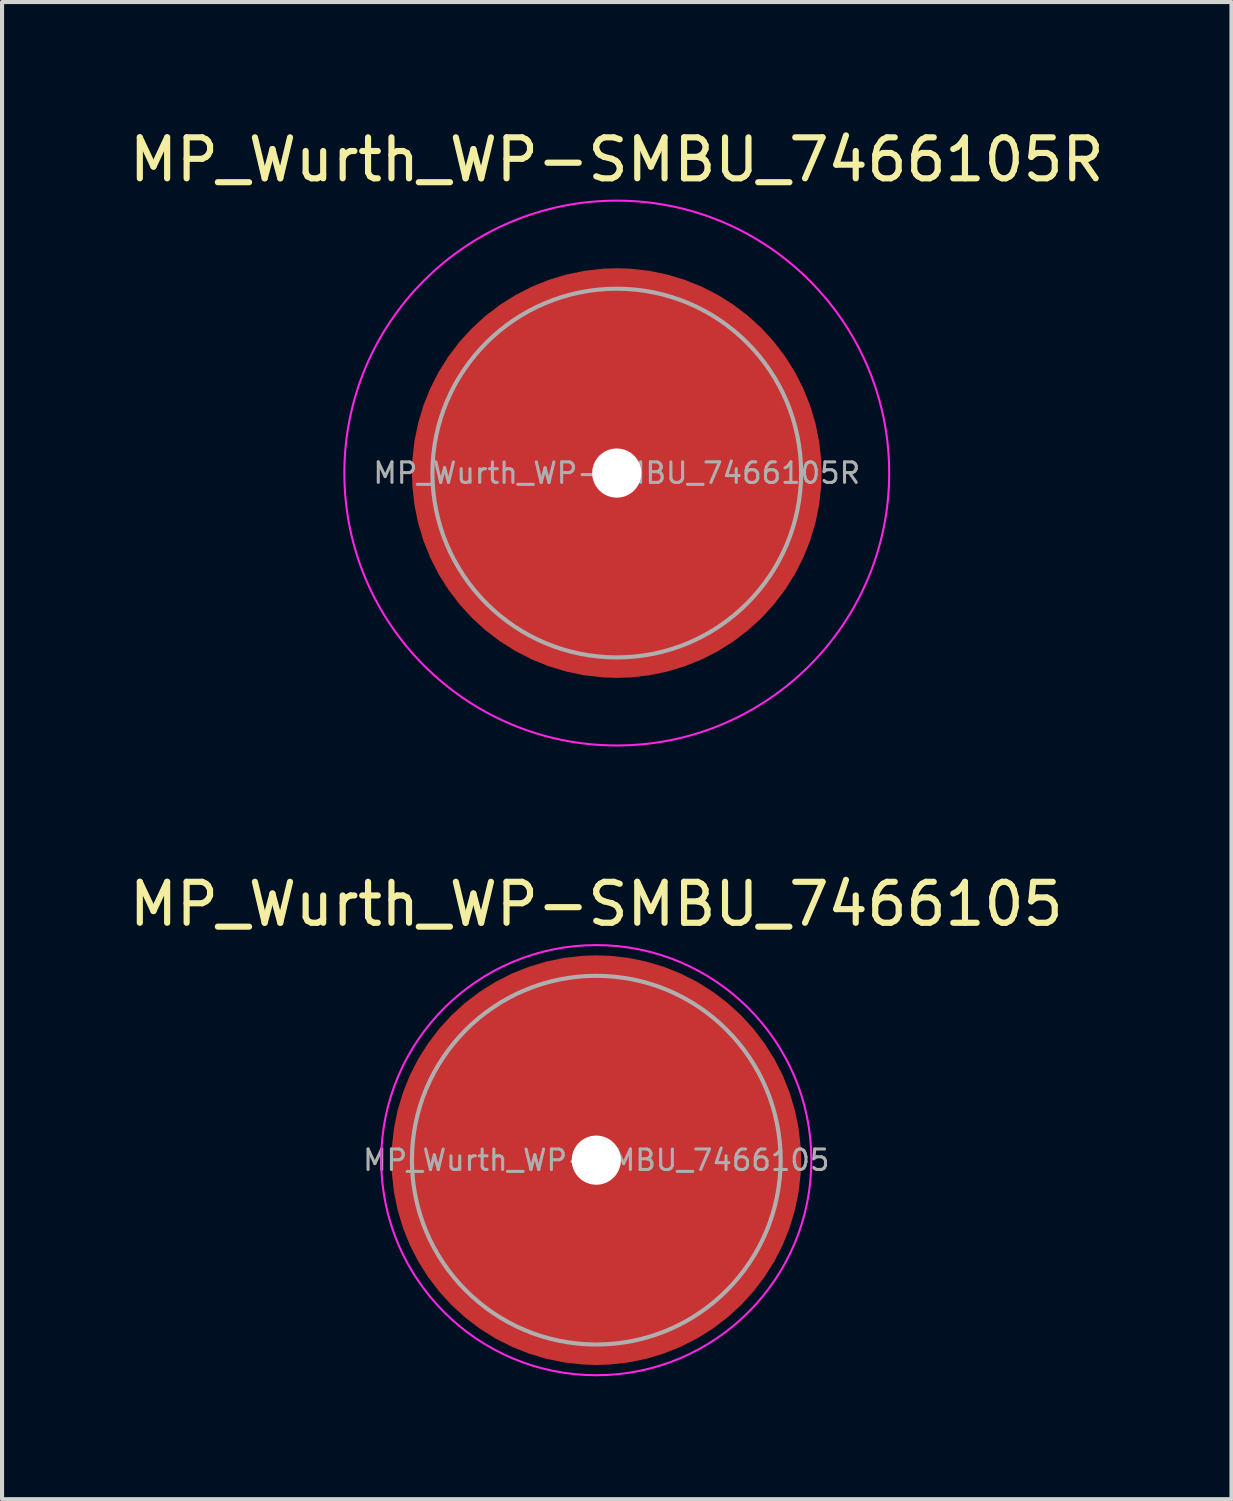
<source format=kicad_pcb>
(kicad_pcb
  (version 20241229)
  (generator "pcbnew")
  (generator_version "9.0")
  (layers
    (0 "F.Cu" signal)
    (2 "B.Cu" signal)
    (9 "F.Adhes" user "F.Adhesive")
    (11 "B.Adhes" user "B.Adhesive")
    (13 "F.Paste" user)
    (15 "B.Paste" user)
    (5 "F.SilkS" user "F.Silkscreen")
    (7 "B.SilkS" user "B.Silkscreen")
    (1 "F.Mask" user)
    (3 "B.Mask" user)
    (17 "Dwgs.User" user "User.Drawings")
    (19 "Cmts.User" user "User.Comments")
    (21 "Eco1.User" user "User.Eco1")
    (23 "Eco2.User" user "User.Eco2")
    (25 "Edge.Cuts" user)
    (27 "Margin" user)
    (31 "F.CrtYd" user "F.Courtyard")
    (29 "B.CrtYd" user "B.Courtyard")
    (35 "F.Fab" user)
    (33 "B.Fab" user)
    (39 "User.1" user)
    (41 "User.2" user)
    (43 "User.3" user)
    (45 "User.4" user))
  (footprint "MP_Wurth_WP-SMBU_7466105R"
    (layer "F.Cu")
    (at 12.006 8.498)
    (property "Reference" "MP_Wurth_WP-SMBU_7466105R" (at 0 -7.65 0) (unlocked yes) (layer "F.SilkS") (effects (font (size 1 1) (thickness 0.15))))
    (attr smd)
    (fp_poly (pts (xy -0.745 4.845) (xy -0.782 4.842) (xy -0.784 4.843) (xy -0.812 4.838) (xy -0.85 4.831) (xy -0.891 4.824) (xy -0.926 4.818) (xy -0.958 4.812) (xy -0.959 4.812) (xy -0.994 4.804) (xy -1.023 4.798) (xy -1.051 4.792) (xy -1.051 4.792) (xy -1.076 4.786) (xy -1.103 4.78) (xy -1.134 4.773) (xy -1.186 4.761) (xy -1.186 4.761) (xy -1.23 4.75) (xy -1.264 4.741) (xy -1.264 4.741) (xy -1.315 4.726) (xy -1.35 4.716) (xy -1.39 4.705) (xy -1.454 4.685) (xy -1.493 4.673) (xy -1.538 4.658) (xy -1.584 4.643) (xy -1.621 4.631) (xy -1.621 4.631) (xy -1.683 4.608) (xy -1.738 4.589) (xy -1.739 4.589) (xy -1.805 4.562) (xy -1.876 4.533) (xy -1.948 4.503) (xy -1.948 4.503) (xy -2.02 4.471) (xy -2.077 4.445) (xy -2.152 4.41) (xy -2.152 4.409) (xy -2.203 4.384) (xy -2.203 4.383) (xy -2.229 4.37) (xy -2.28 4.345) (xy -2.28 4.345) (xy -2.326 4.319) (xy -2.373 4.293) (xy -2.409 4.274) (xy -2.409 4.274) (xy -2.452 4.249) (xy -2.452 4.249) (xy -2.488 4.227) (xy -2.538 4.198) (xy -2.538 4.198) (xy -2.583 4.17) (xy -2.622 4.147) (xy -2.622 4.146) (xy -2.655 4.124) (xy -2.685 4.106) (xy -2.726 4.079) (xy -2.727 4.079) (xy -2.753 4.06) (xy -2.788 4.036) (xy -2.788 4.036) (xy -2.82 4.014) (xy -2.82 4.014) (xy -2.873 3.975) (xy -2.918 3.943) (xy -2.976 3.9) (xy -2.976 3.9) (xy -3.026 3.861) (xy -3.026 3.861) (xy -3.07 3.826) (xy -3.106 3.796) (xy -3.15 3.76) (xy -3.15 3.76) (xy -3.182 3.733) (xy -3.222 3.699) (xy -3.222 3.699) (xy -3.253 3.669) (xy -3.306 3.623) (xy -3.306 3.623) (xy -3.348 3.584) (xy -3.377 3.557) (xy -3.377 3.557) (xy -3.408 3.526) (xy -3.438 3.499) (xy -3.438 3.499) (xy -3.467 3.469) (xy -3.5 3.437) (xy -3.5 3.437) (xy -3.539 3.398) (xy -3.579 3.354) (xy -3.623 3.306) (xy -3.655 3.271) (xy -3.687 3.236) (xy -3.687 3.236) (xy -3.722 3.196) (xy -3.764 3.145) (xy -3.805 3.096) (xy -3.805 3.096) (xy -3.838 3.053) (xy -3.912 2.961) (xy -3.913 2.961) (xy -3.988 2.853) (xy -4.07 2.735) (xy -4.071 2.735) (xy -4.141 2.627) (xy -4.142 2.627) (xy -4.216 2.508) (xy -4.216 2.508) (xy -4.258 2.437) (xy -4.258 2.437) (xy -4.353 2.258) (xy -4.42 2.126) (xy -4.421 2.125) (xy -4.464 2.027) (xy -4.519 1.914) (xy -4.519 1.914) (xy -4.562 1.803) (xy -4.563 1.803) (xy -4.599 1.7) (xy -4.641 1.59) (xy -4.641 1.59) (xy -4.676 1.487) (xy -4.676 1.486) (xy -4.709 1.377) (xy -4.728 1.314) (xy -4.748 1.241) (xy -4.748 1.241) (xy -4.764 1.177) (xy -4.764 1.177) (xy -4.811 0.968) (xy -4.811 0.968) (xy -4.829 0.863) (xy -4.843 0.777) (xy -4.855 0.707) (xy -4.855 0.707) (xy -4.868 0.612) (xy -4.877 0.54) (xy -4.877 0.54) (xy -4.895 0.298) (xy -4.895 0.298) (xy -4.903 0.149) (xy -4.903 0.149) (xy -4.905 -0.041) (xy -4.905 -0.041) (xy -4.895 -0.283) (xy -4.895 -0.283) (xy -4.881 -0.462) (xy -4.881 -0.463) (xy -4.85 -0.731) (xy -4.85 -0.732) (xy -4.822 -0.878) (xy -4.787 -1.077) (xy -4.787 -1.078) (xy -4.741 -1.247) (xy -4.685 -1.449) (xy -4.685 -1.449) (xy -4.62 -1.651) (xy -4.62 -1.651) (xy -4.546 -1.837) (xy -4.546 -1.837) (xy -4.471 -2.011) (xy -4.388 -2.199) (xy -4.388 -2.2) (xy -4.299 -2.357) (xy -4.165 -2.596) (xy -4.165 -2.597) (xy -4 -2.838) (xy -4 -2.838) (xy -3.795 -3.11) (xy -3.795 -3.11) (xy -3.554 -3.381) (xy -3.554 -3.382) (xy -3.29 -3.636) (xy -3.29 -3.637) (xy -3.047 -3.842) (xy -3.046 -3.842) (xy -2.78 -4.043) (xy -2.779 -4.043) (xy -2.53 -4.203) (xy -2.53 -4.204) (xy -2.379 -4.291) (xy -2.379 -4.291) (xy -2.164 -4.405) (xy -2.164 -4.405) (xy -1.992 -4.482) (xy -1.992 -4.482) (xy -1.787 -4.567) (xy -1.786 -4.567) (xy -1.612 -4.633) (xy -1.612 -4.633) (xy -1.434 -4.691) (xy -1.434 -4.691) (xy -1.27 -4.736) (xy -1.101 -4.778) (xy -1.101 -4.778) (xy -0.943 -4.811) (xy -0.943 -4.811) (xy -0.765 -4.844) (xy -0.764 -4.844) (xy -0.745 -4.845)) (stroke (width 0) (type default)) (fill yes) (layer "F.Paste"))
    (fp_poly (pts (xy 0.782 -4.842) (xy 0.784 -4.843) (xy 0.812 -4.838) (xy 0.85 -4.831) (xy 0.891 -4.824) (xy 0.926 -4.818) (xy 0.958 -4.812) (xy 0.959 -4.812) (xy 0.994 -4.804) (xy 1.023 -4.798) (xy 1.051 -4.792) (xy 1.051 -4.792) (xy 1.076 -4.786) (xy 1.103 -4.78) (xy 1.134 -4.773) (xy 1.186 -4.761) (xy 1.186 -4.761) (xy 1.23 -4.75) (xy 1.264 -4.741) (xy 1.264 -4.741) (xy 1.315 -4.726) (xy 1.35 -4.716) (xy 1.39 -4.705) (xy 1.454 -4.685) (xy 1.493 -4.673) (xy 1.538 -4.658) (xy 1.584 -4.643) (xy 1.621 -4.631) (xy 1.621 -4.631) (xy 1.683 -4.608) (xy 1.738 -4.589) (xy 1.739 -4.589) (xy 1.805 -4.562) (xy 1.876 -4.533) (xy 1.948 -4.503) (xy 1.948 -4.503) (xy 2.02 -4.471) (xy 2.077 -4.445) (xy 2.152 -4.41) (xy 2.152 -4.409) (xy 2.203 -4.384) (xy 2.203 -4.383) (xy 2.229 -4.37) (xy 2.28 -4.345) (xy 2.28 -4.345) (xy 2.326 -4.319) (xy 2.373 -4.293) (xy 2.409 -4.274) (xy 2.409 -4.274) (xy 2.452 -4.249) (xy 2.452 -4.249) (xy 2.488 -4.227) (xy 2.538 -4.198) (xy 2.538 -4.198) (xy 2.583 -4.17) (xy 2.622 -4.147) (xy 2.622 -4.146) (xy 2.655 -4.124) (xy 2.685 -4.106) (xy 2.726 -4.079) (xy 2.727 -4.079) (xy 2.753 -4.06) (xy 2.788 -4.036) (xy 2.788 -4.036) (xy 2.82 -4.014) (xy 2.82 -4.014) (xy 2.873 -3.975) (xy 2.918 -3.943) (xy 2.976 -3.9) (xy 2.976 -3.9) (xy 3.026 -3.861) (xy 3.026 -3.861) (xy 3.07 -3.826) (xy 3.106 -3.796) (xy 3.15 -3.76) (xy 3.15 -3.76) (xy 3.182 -3.733) (xy 3.222 -3.699) (xy 3.222 -3.699) (xy 3.253 -3.669) (xy 3.306 -3.623) (xy 3.306 -3.623) (xy 3.348 -3.584) (xy 3.377 -3.557) (xy 3.377 -3.557) (xy 3.408 -3.526) (xy 3.438 -3.499) (xy 3.438 -3.499) (xy 3.467 -3.469) (xy 3.5 -3.437) (xy 3.5 -3.437) (xy 3.539 -3.398) (xy 3.579 -3.354) (xy 3.623 -3.306) (xy 3.655 -3.271) (xy 3.687 -3.236) (xy 3.687 -3.236) (xy 3.722 -3.196) (xy 3.764 -3.145) (xy 3.805 -3.096) (xy 3.805 -3.096) (xy 3.838 -3.053) (xy 3.912 -2.961) (xy 3.913 -2.961) (xy 3.988 -2.853) (xy 4.07 -2.735) (xy 4.071 -2.735) (xy 4.141 -2.627) (xy 4.142 -2.627) (xy 4.216 -2.508) (xy 4.216 -2.508) (xy 4.258 -2.437) (xy 4.258 -2.437) (xy 4.353 -2.258) (xy 4.42 -2.126) (xy 4.421 -2.125) (xy 4.464 -2.027) (xy 4.519 -1.914) (xy 4.519 -1.914) (xy 4.562 -1.803) (xy 4.563 -1.803) (xy 4.599 -1.7) (xy 4.641 -1.59) (xy 4.641 -1.59) (xy 4.676 -1.487) (xy 4.676 -1.486) (xy 4.709 -1.377) (xy 4.728 -1.314) (xy 4.748 -1.241) (xy 4.748 -1.241) (xy 4.764 -1.177) (xy 4.764 -1.177) (xy 4.811 -0.968) (xy 4.811 -0.968) (xy 4.829 -0.863) (xy 4.843 -0.777) (xy 4.855 -0.707) (xy 4.855 -0.707) (xy 4.868 -0.612) (xy 4.877 -0.54) (xy 4.877 -0.54) (xy 4.895 -0.298) (xy 4.895 -0.298) (xy 4.903 -0.149) (xy 4.903 -0.149) (xy 4.905 0.041) (xy 4.905 0.041) (xy 4.895 0.283) (xy 4.895 0.283) (xy 4.881 0.462) (xy 4.881 0.463) (xy 4.85 0.731) (xy 4.85 0.732) (xy 4.822 0.878) (xy 4.787 1.077) (xy 4.787 1.078) (xy 4.741 1.247) (xy 4.685 1.449) (xy 4.685 1.449) (xy 4.62 1.651) (xy 4.62 1.651) (xy 4.546 1.837) (xy 4.546 1.837) (xy 4.471 2.011) (xy 4.388 2.199) (xy 4.388 2.2) (xy 4.299 2.357) (xy 4.165 2.596) (xy 4.165 2.597) (xy 4 2.838) (xy 4 2.838) (xy 3.795 3.11) (xy 3.795 3.11) (xy 3.554 3.381) (xy 3.554 3.382) (xy 3.29 3.636) (xy 3.29 3.637) (xy 3.047 3.842) (xy 3.046 3.842) (xy 2.78 4.043) (xy 2.779 4.043) (xy 2.53 4.203) (xy 2.53 4.204) (xy 2.379 4.291) (xy 2.379 4.291) (xy 2.164 4.405) (xy 2.164 4.405) (xy 1.992 4.482) (xy 1.992 4.482) (xy 1.787 4.567) (xy 1.786 4.567) (xy 1.612 4.633) (xy 1.612 4.633) (xy 1.434 4.691) (xy 1.434 4.691) (xy 1.27 4.736) (xy 1.101 4.778) (xy 1.101 4.778) (xy 0.943 4.811) (xy 0.943 4.811) (xy 0.765 4.844) (xy 0.764 4.844) (xy 0.745 4.845) (xy 0.745 -4.845)) (stroke (width 0) (type default)) (fill yes) (layer "F.Paste"))
    (fp_circle (center 0 0) (end 6.65 0) (stroke (width 0.05) (type solid)) (fill no) (layer "F.CrtYd"))
    (fp_circle (center 0 0) (end 4.5 0) (stroke (width 0.1) (type solid)) (fill no) (layer "F.Fab"))
    (fp_text user "${REFERENCE}" (at 0 0 0) (unlocked yes) (layer "F.Fab") (effects (font (size 0.5 0.5) (thickness 0.075))))
    (pad "" np_thru_hole circle (at 0 0) (size 1.2 1.2) (drill 1.2) (layers "*.Cu" "*.Mask"))
    (pad "1" smd roundrect (at 0 0) (size 10 10) (layers "F.Cu" "F.Mask") (roundrect_rratio 0.5)))
  (footprint "MP_Wurth_WP-SMBU_7466105"
    (layer "F.Cu")
    (at 11.506 25.271)
    (property "Reference" "MP_Wurth_WP-SMBU_7466105" (at 0 -6.25 0) (unlocked yes) (layer "F.SilkS") (effects (font (size 1 1) (thickness 0.15))))
    (attr smd)
    (fp_poly (pts (xy -0.745 4.845) (xy -0.782 4.842) (xy -0.784 4.843) (xy -0.812 4.838) (xy -0.85 4.831) (xy -0.891 4.824) (xy -0.926 4.818) (xy -0.958 4.812) (xy -0.959 4.812) (xy -0.994 4.804) (xy -1.023 4.798) (xy -1.051 4.792) (xy -1.051 4.792) (xy -1.076 4.786) (xy -1.103 4.78) (xy -1.134 4.773) (xy -1.186 4.761) (xy -1.186 4.761) (xy -1.23 4.75) (xy -1.264 4.741) (xy -1.264 4.741) (xy -1.315 4.726) (xy -1.35 4.716) (xy -1.39 4.705) (xy -1.454 4.685) (xy -1.493 4.673) (xy -1.538 4.658) (xy -1.584 4.643) (xy -1.621 4.631) (xy -1.621 4.631) (xy -1.683 4.608) (xy -1.738 4.589) (xy -1.739 4.589) (xy -1.805 4.562) (xy -1.876 4.533) (xy -1.948 4.503) (xy -1.948 4.503) (xy -2.02 4.471) (xy -2.077 4.445) (xy -2.152 4.41) (xy -2.152 4.409) (xy -2.203 4.384) (xy -2.203 4.383) (xy -2.229 4.37) (xy -2.28 4.345) (xy -2.28 4.345) (xy -2.326 4.319) (xy -2.373 4.293) (xy -2.409 4.274) (xy -2.409 4.274) (xy -2.452 4.249) (xy -2.452 4.249) (xy -2.488 4.227) (xy -2.538 4.198) (xy -2.538 4.198) (xy -2.583 4.17) (xy -2.622 4.147) (xy -2.622 4.146) (xy -2.655 4.124) (xy -2.685 4.106) (xy -2.726 4.079) (xy -2.727 4.079) (xy -2.753 4.06) (xy -2.788 4.036) (xy -2.788 4.036) (xy -2.82 4.014) (xy -2.82 4.014) (xy -2.873 3.975) (xy -2.918 3.943) (xy -2.976 3.9) (xy -2.976 3.9) (xy -3.026 3.861) (xy -3.026 3.861) (xy -3.07 3.826) (xy -3.106 3.796) (xy -3.15 3.76) (xy -3.15 3.76) (xy -3.182 3.733) (xy -3.222 3.699) (xy -3.222 3.699) (xy -3.253 3.669) (xy -3.306 3.623) (xy -3.306 3.623) (xy -3.348 3.584) (xy -3.377 3.557) (xy -3.377 3.557) (xy -3.408 3.526) (xy -3.438 3.499) (xy -3.438 3.499) (xy -3.467 3.469) (xy -3.5 3.437) (xy -3.5 3.437) (xy -3.539 3.398) (xy -3.579 3.354) (xy -3.623 3.306) (xy -3.655 3.271) (xy -3.687 3.236) (xy -3.687 3.236) (xy -3.722 3.196) (xy -3.764 3.145) (xy -3.805 3.096) (xy -3.805 3.096) (xy -3.838 3.053) (xy -3.912 2.961) (xy -3.913 2.961) (xy -3.988 2.853) (xy -4.07 2.735) (xy -4.071 2.735) (xy -4.141 2.627) (xy -4.142 2.627) (xy -4.216 2.508) (xy -4.216 2.508) (xy -4.258 2.437) (xy -4.258 2.437) (xy -4.353 2.258) (xy -4.42 2.126) (xy -4.421 2.125) (xy -4.464 2.027) (xy -4.519 1.914) (xy -4.519 1.914) (xy -4.562 1.803) (xy -4.563 1.803) (xy -4.599 1.7) (xy -4.641 1.59) (xy -4.641 1.59) (xy -4.676 1.487) (xy -4.676 1.486) (xy -4.709 1.377) (xy -4.728 1.314) (xy -4.748 1.241) (xy -4.748 1.241) (xy -4.764 1.177) (xy -4.764 1.177) (xy -4.811 0.968) (xy -4.811 0.968) (xy -4.829 0.863) (xy -4.843 0.777) (xy -4.855 0.707) (xy -4.855 0.707) (xy -4.868 0.612) (xy -4.877 0.54) (xy -4.877 0.54) (xy -4.895 0.298) (xy -4.895 0.298) (xy -4.903 0.149) (xy -4.903 0.149) (xy -4.905 -0.041) (xy -4.905 -0.041) (xy -4.895 -0.283) (xy -4.895 -0.283) (xy -4.881 -0.462) (xy -4.881 -0.463) (xy -4.85 -0.731) (xy -4.85 -0.732) (xy -4.822 -0.878) (xy -4.787 -1.077) (xy -4.787 -1.078) (xy -4.741 -1.247) (xy -4.685 -1.449) (xy -4.685 -1.449) (xy -4.62 -1.651) (xy -4.62 -1.651) (xy -4.546 -1.837) (xy -4.546 -1.837) (xy -4.471 -2.011) (xy -4.388 -2.199) (xy -4.388 -2.2) (xy -4.299 -2.357) (xy -4.165 -2.596) (xy -4.165 -2.597) (xy -4 -2.838) (xy -4 -2.838) (xy -3.795 -3.11) (xy -3.795 -3.11) (xy -3.554 -3.381) (xy -3.554 -3.382) (xy -3.29 -3.636) (xy -3.29 -3.637) (xy -3.047 -3.842) (xy -3.046 -3.842) (xy -2.78 -4.043) (xy -2.779 -4.043) (xy -2.53 -4.203) (xy -2.53 -4.204) (xy -2.379 -4.291) (xy -2.379 -4.291) (xy -2.164 -4.405) (xy -2.164 -4.405) (xy -1.992 -4.482) (xy -1.992 -4.482) (xy -1.787 -4.567) (xy -1.786 -4.567) (xy -1.612 -4.633) (xy -1.612 -4.633) (xy -1.434 -4.691) (xy -1.434 -4.691) (xy -1.27 -4.736) (xy -1.101 -4.778) (xy -1.101 -4.778) (xy -0.943 -4.811) (xy -0.943 -4.811) (xy -0.765 -4.844) (xy -0.764 -4.844) (xy -0.745 -4.845)) (stroke (width 0) (type default)) (fill yes) (layer "F.Paste"))
    (fp_poly (pts (xy 0.782 -4.842) (xy 0.784 -4.843) (xy 0.812 -4.838) (xy 0.85 -4.831) (xy 0.891 -4.824) (xy 0.926 -4.818) (xy 0.958 -4.812) (xy 0.959 -4.812) (xy 0.994 -4.804) (xy 1.023 -4.798) (xy 1.051 -4.792) (xy 1.051 -4.792) (xy 1.076 -4.786) (xy 1.103 -4.78) (xy 1.134 -4.773) (xy 1.186 -4.761) (xy 1.186 -4.761) (xy 1.23 -4.75) (xy 1.264 -4.741) (xy 1.264 -4.741) (xy 1.315 -4.726) (xy 1.35 -4.716) (xy 1.39 -4.705) (xy 1.454 -4.685) (xy 1.493 -4.673) (xy 1.538 -4.658) (xy 1.584 -4.643) (xy 1.621 -4.631) (xy 1.621 -4.631) (xy 1.683 -4.608) (xy 1.738 -4.589) (xy 1.739 -4.589) (xy 1.805 -4.562) (xy 1.876 -4.533) (xy 1.948 -4.503) (xy 1.948 -4.503) (xy 2.02 -4.471) (xy 2.077 -4.445) (xy 2.152 -4.41) (xy 2.152 -4.409) (xy 2.203 -4.384) (xy 2.203 -4.383) (xy 2.229 -4.37) (xy 2.28 -4.345) (xy 2.28 -4.345) (xy 2.326 -4.319) (xy 2.373 -4.293) (xy 2.409 -4.274) (xy 2.409 -4.274) (xy 2.452 -4.249) (xy 2.452 -4.249) (xy 2.488 -4.227) (xy 2.538 -4.198) (xy 2.538 -4.198) (xy 2.583 -4.17) (xy 2.622 -4.147) (xy 2.622 -4.146) (xy 2.655 -4.124) (xy 2.685 -4.106) (xy 2.726 -4.079) (xy 2.727 -4.079) (xy 2.753 -4.06) (xy 2.788 -4.036) (xy 2.788 -4.036) (xy 2.82 -4.014) (xy 2.82 -4.014) (xy 2.873 -3.975) (xy 2.918 -3.943) (xy 2.976 -3.9) (xy 2.976 -3.9) (xy 3.026 -3.861) (xy 3.026 -3.861) (xy 3.07 -3.826) (xy 3.106 -3.796) (xy 3.15 -3.76) (xy 3.15 -3.76) (xy 3.182 -3.733) (xy 3.222 -3.699) (xy 3.222 -3.699) (xy 3.253 -3.669) (xy 3.306 -3.623) (xy 3.306 -3.623) (xy 3.348 -3.584) (xy 3.377 -3.557) (xy 3.377 -3.557) (xy 3.408 -3.526) (xy 3.438 -3.499) (xy 3.438 -3.499) (xy 3.467 -3.469) (xy 3.5 -3.437) (xy 3.5 -3.437) (xy 3.539 -3.398) (xy 3.579 -3.354) (xy 3.623 -3.306) (xy 3.655 -3.271) (xy 3.687 -3.236) (xy 3.687 -3.236) (xy 3.722 -3.196) (xy 3.764 -3.145) (xy 3.805 -3.096) (xy 3.805 -3.096) (xy 3.838 -3.053) (xy 3.912 -2.961) (xy 3.913 -2.961) (xy 3.988 -2.853) (xy 4.07 -2.735) (xy 4.071 -2.735) (xy 4.141 -2.627) (xy 4.142 -2.627) (xy 4.216 -2.508) (xy 4.216 -2.508) (xy 4.258 -2.437) (xy 4.258 -2.437) (xy 4.353 -2.258) (xy 4.42 -2.126) (xy 4.421 -2.125) (xy 4.464 -2.027) (xy 4.519 -1.914) (xy 4.519 -1.914) (xy 4.562 -1.803) (xy 4.563 -1.803) (xy 4.599 -1.7) (xy 4.641 -1.59) (xy 4.641 -1.59) (xy 4.676 -1.487) (xy 4.676 -1.486) (xy 4.709 -1.377) (xy 4.728 -1.314) (xy 4.748 -1.241) (xy 4.748 -1.241) (xy 4.764 -1.177) (xy 4.764 -1.177) (xy 4.811 -0.968) (xy 4.811 -0.968) (xy 4.829 -0.863) (xy 4.843 -0.777) (xy 4.855 -0.707) (xy 4.855 -0.707) (xy 4.868 -0.612) (xy 4.877 -0.54) (xy 4.877 -0.54) (xy 4.895 -0.298) (xy 4.895 -0.298) (xy 4.903 -0.149) (xy 4.903 -0.149) (xy 4.905 0.041) (xy 4.905 0.041) (xy 4.895 0.283) (xy 4.895 0.283) (xy 4.881 0.462) (xy 4.881 0.463) (xy 4.85 0.731) (xy 4.85 0.732) (xy 4.822 0.878) (xy 4.787 1.077) (xy 4.787 1.078) (xy 4.741 1.247) (xy 4.685 1.449) (xy 4.685 1.449) (xy 4.62 1.651) (xy 4.62 1.651) (xy 4.546 1.837) (xy 4.546 1.837) (xy 4.471 2.011) (xy 4.388 2.199) (xy 4.388 2.2) (xy 4.299 2.357) (xy 4.165 2.596) (xy 4.165 2.597) (xy 4 2.838) (xy 4 2.838) (xy 3.795 3.11) (xy 3.795 3.11) (xy 3.554 3.381) (xy 3.554 3.382) (xy 3.29 3.636) (xy 3.29 3.637) (xy 3.047 3.842) (xy 3.046 3.842) (xy 2.78 4.043) (xy 2.779 4.043) (xy 2.53 4.203) (xy 2.53 4.204) (xy 2.379 4.291) (xy 2.379 4.291) (xy 2.164 4.405) (xy 2.164 4.405) (xy 1.992 4.482) (xy 1.992 4.482) (xy 1.787 4.567) (xy 1.786 4.567) (xy 1.612 4.633) (xy 1.612 4.633) (xy 1.434 4.691) (xy 1.434 4.691) (xy 1.27 4.736) (xy 1.101 4.778) (xy 1.101 4.778) (xy 0.943 4.811) (xy 0.943 4.811) (xy 0.765 4.844) (xy 0.764 4.844) (xy 0.745 4.845) (xy 0.745 -4.845)) (stroke (width 0) (type default)) (fill yes) (layer "F.Paste"))
    (fp_circle (center 0 0) (end 5.25 0) (stroke (width 0.05) (type solid)) (fill no) (layer "F.CrtYd"))
    (fp_circle (center 0 0) (end 4.5 0) (stroke (width 0.1) (type solid)) (fill no) (layer "F.Fab"))
    (fp_text user "${REFERENCE}" (at 0 0 0) (unlocked yes) (layer "F.Fab") (effects (font (size 0.5 0.5) (thickness 0.075))))
    (pad "" np_thru_hole circle (at 0 0) (size 1.2 1.2) (drill 1.2) (layers "*.Cu" "*.Mask"))
    (pad "1" smd roundrect (at 0 0) (size 10 10) (layers "F.Cu" "F.Mask") (roundrect_rratio 0.5)))
  (gr_rect
    (start -3 -3)
    (end 27.012 33.547)
    (stroke (width 0.1) (type default))
    (fill no)
    (layer "Edge.Cuts")))
</source>
